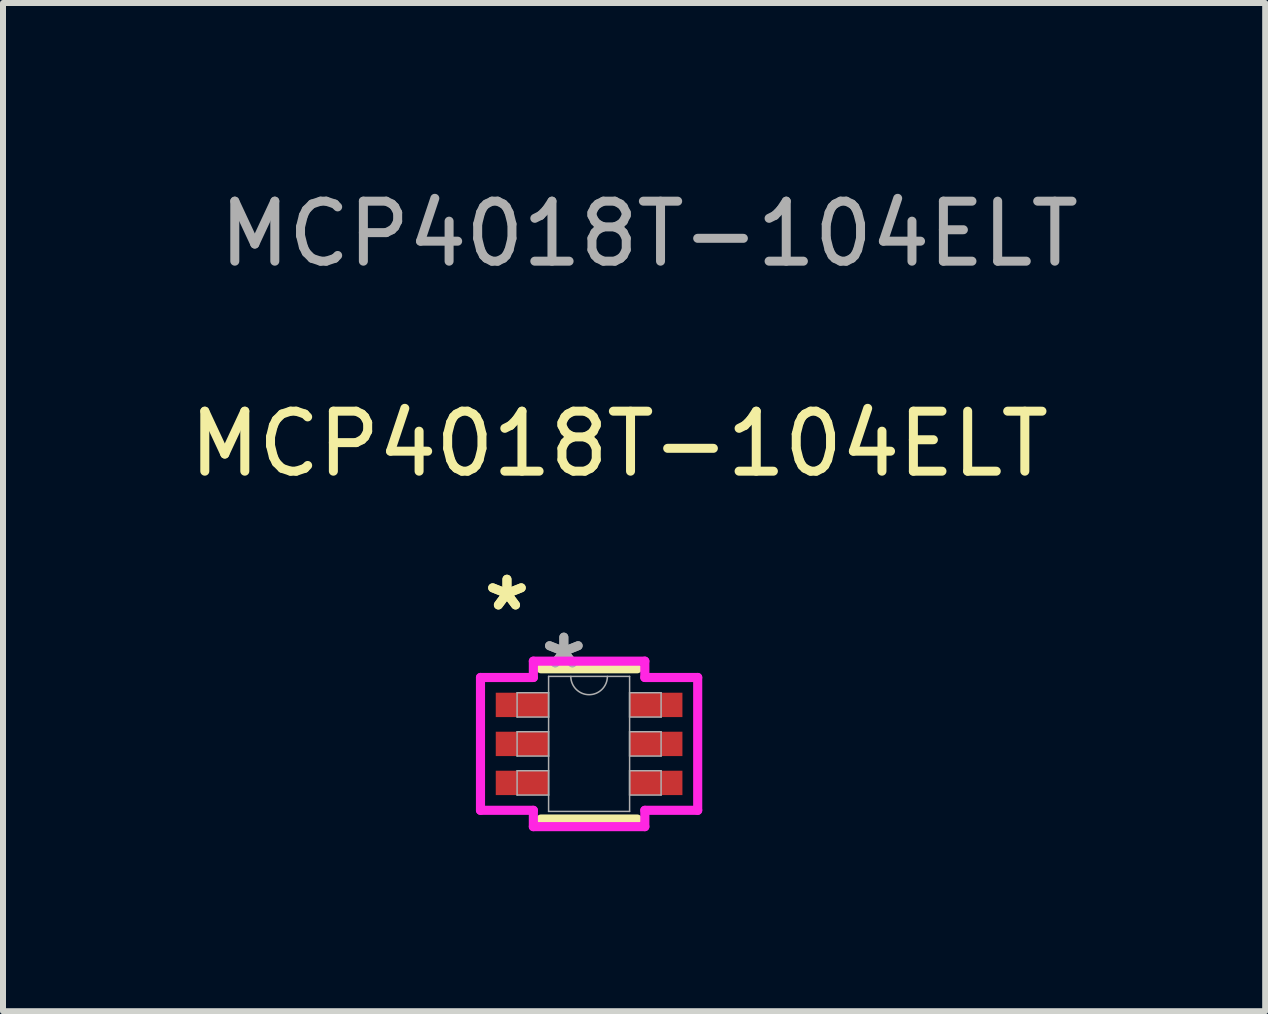
<source format=kicad_pcb>
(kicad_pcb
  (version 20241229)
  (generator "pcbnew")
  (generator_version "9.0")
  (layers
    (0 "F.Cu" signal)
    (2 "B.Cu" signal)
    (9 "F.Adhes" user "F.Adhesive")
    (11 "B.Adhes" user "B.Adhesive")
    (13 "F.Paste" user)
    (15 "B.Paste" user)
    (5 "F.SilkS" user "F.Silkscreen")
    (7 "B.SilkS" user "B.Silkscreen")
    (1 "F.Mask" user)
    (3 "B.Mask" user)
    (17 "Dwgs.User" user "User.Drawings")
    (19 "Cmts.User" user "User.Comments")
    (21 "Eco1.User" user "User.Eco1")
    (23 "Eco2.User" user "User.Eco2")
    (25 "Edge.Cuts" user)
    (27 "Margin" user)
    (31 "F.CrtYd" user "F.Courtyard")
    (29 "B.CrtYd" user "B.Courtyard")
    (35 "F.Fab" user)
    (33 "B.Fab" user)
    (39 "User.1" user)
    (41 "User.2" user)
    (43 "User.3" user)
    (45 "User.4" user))
  (footprint "MCP4018T-104ELT"
    (layer "F.Cu")
    (at 6.768 9.348)
    (property "Reference" "MCP4018T-104ELT" (at 0.5 -5 0) (unlocked yes) (layer "F.SilkS") (effects (font (size 1 1) (thickness 0.15))))
    (attr smd)
    (fp_line (start -0.802 1.252) (end 0.802 1.252) (stroke (width 0.152) (type solid)) (layer "F.SilkS"))
    (fp_line (start 0.802 -1.252) (end -0.802 -1.252) (stroke (width 0.152) (type solid)) (layer "F.SilkS"))
    (fp_line (start -1.81 -1.107) (end -0.929 -1.107) (stroke (width 0.152) (type solid)) (layer "F.CrtYd"))
    (fp_line (start -1.81 1.107) (end -1.81 -1.107) (stroke (width 0.152) (type solid)) (layer "F.CrtYd"))
    (fp_line (start -0.929 -1.379) (end 0.929 -1.379) (stroke (width 0.152) (type solid)) (layer "F.CrtYd"))
    (fp_line (start -0.929 -1.107) (end -0.929 -1.379) (stroke (width 0.152) (type solid)) (layer "F.CrtYd"))
    (fp_line (start -0.929 1.107) (end -1.81 1.107) (stroke (width 0.152) (type solid)) (layer "F.CrtYd"))
    (fp_line (start -0.929 1.379) (end -0.929 1.107) (stroke (width 0.152) (type solid)) (layer "F.CrtYd"))
    (fp_line (start 0.929 -1.379) (end 0.929 -1.107) (stroke (width 0.152) (type solid)) (layer "F.CrtYd"))
    (fp_line (start 0.929 -1.107) (end 1.81 -1.107) (stroke (width 0.152) (type solid)) (layer "F.CrtYd"))
    (fp_line (start 0.929 1.107) (end 0.929 1.379) (stroke (width 0.152) (type solid)) (layer "F.CrtYd"))
    (fp_line (start 0.929 1.379) (end -0.929 1.379) (stroke (width 0.152) (type solid)) (layer "F.CrtYd"))
    (fp_line (start 1.81 -1.107) (end 1.81 1.107) (stroke (width 0.152) (type solid)) (layer "F.CrtYd"))
    (fp_line (start 1.81 1.107) (end 0.929 1.107) (stroke (width 0.152) (type solid)) (layer "F.CrtYd"))
    (fp_line (start -1.2 -0.853) (end -1.2 -0.447) (stroke (width 0.025) (type solid)) (layer "F.Fab"))
    (fp_line (start -1.2 -0.447) (end -0.675 -0.447) (stroke (width 0.025) (type solid)) (layer "F.Fab"))
    (fp_line (start -1.2 -0.203) (end -1.2 0.203) (stroke (width 0.025) (type solid)) (layer "F.Fab"))
    (fp_line (start -1.2 0.203) (end -0.675 0.203) (stroke (width 0.025) (type solid)) (layer "F.Fab"))
    (fp_line (start -1.2 0.447) (end -1.2 0.853) (stroke (width 0.025) (type solid)) (layer "F.Fab"))
    (fp_line (start -1.2 0.853) (end -0.675 0.853) (stroke (width 0.025) (type solid)) (layer "F.Fab"))
    (fp_line (start -0.675 -1.125) (end -0.675 1.125) (stroke (width 0.025) (type solid)) (layer "F.Fab"))
    (fp_line (start -0.675 -0.853) (end -1.2 -0.853) (stroke (width 0.025) (type solid)) (layer "F.Fab"))
    (fp_line (start -0.675 -0.447) (end -0.675 -0.853) (stroke (width 0.025) (type solid)) (layer "F.Fab"))
    (fp_line (start -0.675 -0.203) (end -1.2 -0.203) (stroke (width 0.025) (type solid)) (layer "F.Fab"))
    (fp_line (start -0.675 0.203) (end -0.675 -0.203) (stroke (width 0.025) (type solid)) (layer "F.Fab"))
    (fp_line (start -0.675 0.447) (end -1.2 0.447) (stroke (width 0.025) (type solid)) (layer "F.Fab"))
    (fp_line (start -0.675 0.853) (end -0.675 0.447) (stroke (width 0.025) (type solid)) (layer "F.Fab"))
    (fp_line (start -0.675 1.125) (end 0.675 1.125) (stroke (width 0.025) (type solid)) (layer "F.Fab"))
    (fp_line (start 0.675 -1.125) (end -0.675 -1.125) (stroke (width 0.025) (type solid)) (layer "F.Fab"))
    (fp_line (start 0.675 -0.853) (end 0.675 -0.447) (stroke (width 0.025) (type solid)) (layer "F.Fab"))
    (fp_line (start 0.675 -0.447) (end 1.2 -0.447) (stroke (width 0.025) (type solid)) (layer "F.Fab"))
    (fp_line (start 0.675 -0.203) (end 0.675 0.203) (stroke (width 0.025) (type solid)) (layer "F.Fab"))
    (fp_line (start 0.675 0.203) (end 1.2 0.203) (stroke (width 0.025) (type solid)) (layer "F.Fab"))
    (fp_line (start 0.675 0.447) (end 0.675 0.853) (stroke (width 0.025) (type solid)) (layer "F.Fab"))
    (fp_line (start 0.675 0.853) (end 1.2 0.853) (stroke (width 0.025) (type solid)) (layer "F.Fab"))
    (fp_line (start 0.675 1.125) (end 0.675 -1.125) (stroke (width 0.025) (type solid)) (layer "F.Fab"))
    (fp_line (start 1.2 -0.853) (end 0.675 -0.853) (stroke (width 0.025) (type solid)) (layer "F.Fab"))
    (fp_line (start 1.2 -0.447) (end 1.2 -0.853) (stroke (width 0.025) (type solid)) (layer "F.Fab"))
    (fp_line (start 1.2 -0.203) (end 0.675 -0.203) (stroke (width 0.025) (type solid)) (layer "F.Fab"))
    (fp_line (start 1.2 0.203) (end 1.2 -0.203) (stroke (width 0.025) (type solid)) (layer "F.Fab"))
    (fp_line (start 1.2 0.447) (end 0.675 0.447) (stroke (width 0.025) (type solid)) (layer "F.Fab"))
    (fp_line (start 1.2 0.853) (end 1.2 0.447) (stroke (width 0.025) (type solid)) (layer "F.Fab"))
    (fp_arc (start 0.3048 -1.125) (mid 0 -0.8202) (end -0.3048 -1.125) (stroke (width 0.0254) (type solid)) (layer "F.Fab"))
    (fp_text user "*" (at -1.369 -2.199 0) (layer "F.SilkS") (effects (font (size 1 1) (thickness 0.15))))
    (fp_text user "*" (at -1.369 -2.199 0) (unlocked yes) (layer "F.SilkS") (effects (font (size 1 1) (thickness 0.15))))
    (fp_text user "*" (at -0.421 -1.234 0) (layer "F.Fab") (effects (font (size 1 1) (thickness 0.15))))
    (fp_text user "${REFERENCE}" (at 1 -8.5 0) (unlocked yes) (layer "F.Fab") (effects (font (size 1 1) (thickness 0.15))))
    (fp_text user "*" (at -0.421 -1.234 0) (unlocked yes) (layer "F.Fab") (effects (font (size 1 1) (thickness 0.15))))
    (pad "1" smd rect (at -1.115 -0.65) (size 0.881 0.406) (layers "F.Cu" "F.Mask" "F.Paste"))
    (pad "2" smd rect (at -1.115 0) (size 0.881 0.406) (layers "F.Cu" "F.Mask" "F.Paste"))
    (pad "3" smd rect (at -1.115 0.65) (size 0.881 0.406) (layers "F.Cu" "F.Mask" "F.Paste"))
    (pad "4" smd rect (at 1.115 0.65) (size 0.881 0.406) (layers "F.Cu" "F.Mask" "F.Paste"))
    (pad "5" smd rect (at 1.115 0) (size 0.881 0.406) (layers "F.Cu" "F.Mask" "F.Paste"))
    (pad "6" smd rect (at 1.115 -0.65) (size 0.881 0.406) (layers "F.Cu" "F.Mask" "F.Paste")))
  (gr_rect
    (start -3 -3)
    (end 18.036 13.803)
    (stroke (width 0.1) (type default))
    (fill no)
    (layer "Edge.Cuts")))
</source>
